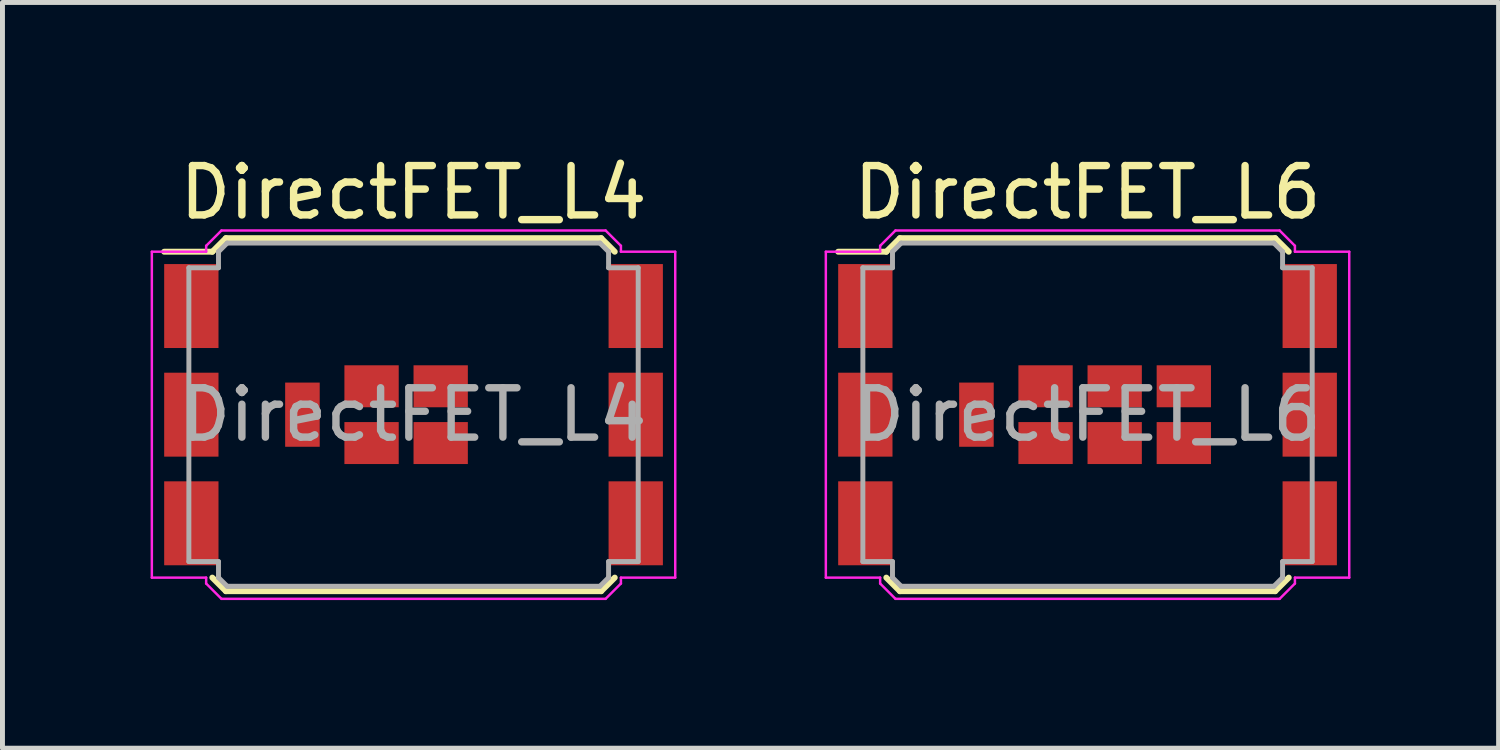
<source format=kicad_pcb>
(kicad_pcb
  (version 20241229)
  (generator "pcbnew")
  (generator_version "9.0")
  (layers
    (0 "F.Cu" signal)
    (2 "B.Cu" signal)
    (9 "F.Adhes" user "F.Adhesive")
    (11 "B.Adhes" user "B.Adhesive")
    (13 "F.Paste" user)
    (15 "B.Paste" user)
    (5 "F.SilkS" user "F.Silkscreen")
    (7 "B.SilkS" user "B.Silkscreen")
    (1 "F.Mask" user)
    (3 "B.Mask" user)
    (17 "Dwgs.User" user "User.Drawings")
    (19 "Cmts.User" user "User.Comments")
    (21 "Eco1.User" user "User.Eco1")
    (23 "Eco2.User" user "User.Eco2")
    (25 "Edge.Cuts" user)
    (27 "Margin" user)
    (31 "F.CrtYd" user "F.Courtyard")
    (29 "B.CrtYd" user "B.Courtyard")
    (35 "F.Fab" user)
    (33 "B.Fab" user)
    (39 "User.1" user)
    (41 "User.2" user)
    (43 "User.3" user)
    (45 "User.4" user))
  (footprint "DirectFET_L6"
    (layer "F.Cu")
    (at 18.975 5.348)
    (property "Reference" "DirectFET_L6" (at 0 -4.5 0) (layer "F.SilkS") (effects (font (size 1 1) (thickness 0.15))))
    (attr smd)
    (fp_line (start -5.05 -3.3) (end -4.075 -3.3) (stroke (width 0.12) (type solid)) (layer "F.SilkS"))
    (fp_line (start -4.075 -3.3) (end -3.8 -3.575) (stroke (width 0.12) (type solid)) (layer "F.SilkS"))
    (fp_line (start -4.075 3.3) (end -3.8 3.575) (stroke (width 0.12) (type solid)) (layer "F.SilkS"))
    (fp_line (start 3.8 -3.575) (end -3.8 -3.575) (stroke (width 0.12) (type solid)) (layer "F.SilkS"))
    (fp_line (start 3.8 3.575) (end -3.8 3.575) (stroke (width 0.12) (type solid)) (layer "F.SilkS"))
    (fp_line (start 4.075 -3.3) (end 3.8 -3.575) (stroke (width 0.12) (type solid)) (layer "F.SilkS"))
    (fp_line (start 4.075 3.3) (end 3.8 3.575) (stroke (width 0.12) (type solid)) (layer "F.SilkS"))
    (fp_line (start -5.3 -3.3) (end -5.3 3.3) (stroke (width 0.05) (type solid)) (layer "F.CrtYd"))
    (fp_line (start -4.2 -3.42) (end -3.89 -3.73) (stroke (width 0.05) (type solid)) (layer "F.CrtYd"))
    (fp_line (start -4.2 -3.3) (end -5.3 -3.3) (stroke (width 0.05) (type solid)) (layer "F.CrtYd"))
    (fp_line (start -4.2 -3.3) (end -4.2 -3.42) (stroke (width 0.05) (type solid)) (layer "F.CrtYd"))
    (fp_line (start -4.2 3.3) (end -5.3 3.3) (stroke (width 0.05) (type solid)) (layer "F.CrtYd"))
    (fp_line (start -4.2 3.3) (end -4.2 3.42) (stroke (width 0.05) (type solid)) (layer "F.CrtYd"))
    (fp_line (start -4.2 3.42) (end -3.89 3.73) (stroke (width 0.05) (type solid)) (layer "F.CrtYd"))
    (fp_line (start 3.89 -3.73) (end -3.89 -3.73) (stroke (width 0.05) (type solid)) (layer "F.CrtYd"))
    (fp_line (start 3.89 3.73) (end -3.89 3.73) (stroke (width 0.05) (type solid)) (layer "F.CrtYd"))
    (fp_line (start 4.2 -3.42) (end 3.89 -3.73) (stroke (width 0.05) (type solid)) (layer "F.CrtYd"))
    (fp_line (start 4.2 -3.3) (end 4.2 -3.42) (stroke (width 0.05) (type solid)) (layer "F.CrtYd"))
    (fp_line (start 4.2 -3.3) (end 5.3 -3.3) (stroke (width 0.05) (type solid)) (layer "F.CrtYd"))
    (fp_line (start 4.2 3.3) (end 4.2 3.42) (stroke (width 0.05) (type solid)) (layer "F.CrtYd"))
    (fp_line (start 4.2 3.3) (end 5.3 3.3) (stroke (width 0.05) (type solid)) (layer "F.CrtYd"))
    (fp_line (start 4.2 3.42) (end 3.89 3.73) (stroke (width 0.05) (type solid)) (layer "F.CrtYd"))
    (fp_line (start 5.3 -3.3) (end 5.3 3.3) (stroke (width 0.05) (type solid)) (layer "F.CrtYd"))
    (fp_line (start -4.55 -2.975) (end -4.55 2.975) (stroke (width 0.1) (type solid)) (layer "F.Fab"))
    (fp_line (start -4.55 -2.975) (end -3.95 -2.975) (stroke (width 0.1) (type solid)) (layer "F.Fab"))
    (fp_line (start -4.55 2.975) (end -3.95 2.975) (stroke (width 0.1) (type solid)) (layer "F.Fab"))
    (fp_line (start -3.95 -3.3) (end -3.775 -3.475) (stroke (width 0.1) (type solid)) (layer "F.Fab"))
    (fp_line (start -3.95 -2.975) (end -3.95 -3.3) (stroke (width 0.1) (type solid)) (layer "F.Fab"))
    (fp_line (start -3.95 2.975) (end -3.95 3.3) (stroke (width 0.1) (type solid)) (layer "F.Fab"))
    (fp_line (start -3.95 3.3) (end -3.775 3.475) (stroke (width 0.1) (type solid)) (layer "F.Fab"))
    (fp_line (start 3.775 -3.475) (end -3.775 -3.475) (stroke (width 0.1) (type solid)) (layer "F.Fab"))
    (fp_line (start 3.775 3.475) (end -3.775 3.475) (stroke (width 0.1) (type solid)) (layer "F.Fab"))
    (fp_line (start 3.95 -3.3) (end 3.775 -3.475) (stroke (width 0.1) (type solid)) (layer "F.Fab"))
    (fp_line (start 3.95 -2.975) (end 3.95 -3.3) (stroke (width 0.1) (type solid)) (layer "F.Fab"))
    (fp_line (start 3.95 2.975) (end 3.95 3.3) (stroke (width 0.1) (type solid)) (layer "F.Fab"))
    (fp_line (start 3.95 3.3) (end 3.775 3.475) (stroke (width 0.1) (type solid)) (layer "F.Fab"))
    (fp_line (start 4.55 -2.975) (end 3.95 -2.975) (stroke (width 0.1) (type solid)) (layer "F.Fab"))
    (fp_line (start 4.55 -2.975) (end 4.55 2.975) (stroke (width 0.1) (type solid)) (layer "F.Fab"))
    (fp_line (start 4.55 2.975) (end 3.95 2.975) (stroke (width 0.1) (type solid)) (layer "F.Fab"))
    (fp_text user "${REFERENCE}" (at 0 0 0) (layer "F.Fab") (effects (font (size 1 1) (thickness 0.15))))
    (pad "1" smd rect (at -4.5 -2.2) (size 1.1 1.7) (layers "F.Cu" "F.Mask" "F.Paste"))
    (pad "1" smd rect (at -4.5 0) (size 1.1 1.7) (layers "F.Cu" "F.Mask" "F.Paste"))
    (pad "1" smd rect (at -4.5 2.2) (size 1.1 1.7) (layers "F.Cu" "F.Mask" "F.Paste"))
    (pad "1" smd rect (at 4.5 -2.2) (size 1.1 1.7) (layers "F.Cu" "F.Mask" "F.Paste"))
    (pad "1" smd rect (at 4.5 0) (size 1.1 1.7) (layers "F.Cu" "F.Mask" "F.Paste"))
    (pad "1" smd rect (at 4.5 2.2) (size 1.1 1.7) (layers "F.Cu" "F.Mask" "F.Paste"))
    (pad "2" smd rect (at -2.25 0) (size 0.7 1.3) (layers "F.Cu" "F.Mask" "F.Paste"))
    (pad "3" smd rect (at -0.85 -0.575) (size 1.1 0.85) (layers "F.Cu" "F.Mask" "F.Paste"))
    (pad "3" smd rect (at -0.85 0.575) (size 1.1 0.85) (layers "F.Cu" "F.Mask" "F.Paste"))
    (pad "3" smd rect (at 0.55 -0.575) (size 1.1 0.85) (layers "F.Cu" "F.Mask" "F.Paste"))
    (pad "3" smd rect (at 0.55 0.575) (size 1.1 0.85) (layers "F.Cu" "F.Mask" "F.Paste"))
    (pad "3" smd rect (at 1.95 -0.575) (size 1.1 0.85) (layers "F.Cu" "F.Mask" "F.Paste"))
    (pad "3" smd rect (at 1.95 0.575) (size 1.1 0.85) (layers "F.Cu" "F.Mask" "F.Paste")))
  (footprint "DirectFET_L4"
    (layer "F.Cu")
    (at 5.325 5.348)
    (property "Reference" "DirectFET_L4" (at 0 -4.5 0) (layer "F.SilkS") (effects (font (size 1 1) (thickness 0.15))))
    (attr smd)
    (fp_line (start -5.05 -3.3) (end -4.075 -3.3) (stroke (width 0.12) (type solid)) (layer "F.SilkS"))
    (fp_line (start -4.075 -3.3) (end -3.8 -3.575) (stroke (width 0.12) (type solid)) (layer "F.SilkS"))
    (fp_line (start -4.075 3.3) (end -3.8 3.575) (stroke (width 0.12) (type solid)) (layer "F.SilkS"))
    (fp_line (start 3.8 -3.575) (end -3.8 -3.575) (stroke (width 0.12) (type solid)) (layer "F.SilkS"))
    (fp_line (start 3.8 3.575) (end -3.8 3.575) (stroke (width 0.12) (type solid)) (layer "F.SilkS"))
    (fp_line (start 4.075 -3.3) (end 3.8 -3.575) (stroke (width 0.12) (type solid)) (layer "F.SilkS"))
    (fp_line (start 4.075 3.3) (end 3.8 3.575) (stroke (width 0.12) (type solid)) (layer "F.SilkS"))
    (fp_line (start -5.3 -3.3) (end -5.3 3.3) (stroke (width 0.05) (type solid)) (layer "F.CrtYd"))
    (fp_line (start -4.2 -3.42) (end -3.89 -3.73) (stroke (width 0.05) (type solid)) (layer "F.CrtYd"))
    (fp_line (start -4.2 -3.3) (end -5.3 -3.3) (stroke (width 0.05) (type solid)) (layer "F.CrtYd"))
    (fp_line (start -4.2 -3.3) (end -4.2 -3.42) (stroke (width 0.05) (type solid)) (layer "F.CrtYd"))
    (fp_line (start -4.2 3.3) (end -5.3 3.3) (stroke (width 0.05) (type solid)) (layer "F.CrtYd"))
    (fp_line (start -4.2 3.3) (end -4.2 3.42) (stroke (width 0.05) (type solid)) (layer "F.CrtYd"))
    (fp_line (start -4.2 3.42) (end -3.89 3.73) (stroke (width 0.05) (type solid)) (layer "F.CrtYd"))
    (fp_line (start 3.89 -3.73) (end -3.89 -3.73) (stroke (width 0.05) (type solid)) (layer "F.CrtYd"))
    (fp_line (start 3.89 3.73) (end -3.89 3.73) (stroke (width 0.05) (type solid)) (layer "F.CrtYd"))
    (fp_line (start 4.2 -3.42) (end 3.89 -3.73) (stroke (width 0.05) (type solid)) (layer "F.CrtYd"))
    (fp_line (start 4.2 -3.3) (end 4.2 -3.42) (stroke (width 0.05) (type solid)) (layer "F.CrtYd"))
    (fp_line (start 4.2 -3.3) (end 5.3 -3.3) (stroke (width 0.05) (type solid)) (layer "F.CrtYd"))
    (fp_line (start 4.2 3.3) (end 4.2 3.42) (stroke (width 0.05) (type solid)) (layer "F.CrtYd"))
    (fp_line (start 4.2 3.3) (end 5.3 3.3) (stroke (width 0.05) (type solid)) (layer "F.CrtYd"))
    (fp_line (start 4.2 3.42) (end 3.89 3.73) (stroke (width 0.05) (type solid)) (layer "F.CrtYd"))
    (fp_line (start 5.3 -3.3) (end 5.3 3.3) (stroke (width 0.05) (type solid)) (layer "F.CrtYd"))
    (fp_line (start -4.55 -2.975) (end -4.55 2.975) (stroke (width 0.1) (type solid)) (layer "F.Fab"))
    (fp_line (start -4.55 -2.975) (end -3.95 -2.975) (stroke (width 0.1) (type solid)) (layer "F.Fab"))
    (fp_line (start -4.55 2.975) (end -3.95 2.975) (stroke (width 0.1) (type solid)) (layer "F.Fab"))
    (fp_line (start -3.95 -3.3) (end -3.775 -3.475) (stroke (width 0.1) (type solid)) (layer "F.Fab"))
    (fp_line (start -3.95 -2.975) (end -3.95 -3.3) (stroke (width 0.1) (type solid)) (layer "F.Fab"))
    (fp_line (start -3.95 2.975) (end -3.95 3.3) (stroke (width 0.1) (type solid)) (layer "F.Fab"))
    (fp_line (start -3.95 3.3) (end -3.775 3.475) (stroke (width 0.1) (type solid)) (layer "F.Fab"))
    (fp_line (start 3.775 -3.475) (end -3.775 -3.475) (stroke (width 0.1) (type solid)) (layer "F.Fab"))
    (fp_line (start 3.775 3.475) (end -3.775 3.475) (stroke (width 0.1) (type solid)) (layer "F.Fab"))
    (fp_line (start 3.95 -3.3) (end 3.775 -3.475) (stroke (width 0.1) (type solid)) (layer "F.Fab"))
    (fp_line (start 3.95 -2.975) (end 3.95 -3.3) (stroke (width 0.1) (type solid)) (layer "F.Fab"))
    (fp_line (start 3.95 2.975) (end 3.95 3.3) (stroke (width 0.1) (type solid)) (layer "F.Fab"))
    (fp_line (start 3.95 3.3) (end 3.775 3.475) (stroke (width 0.1) (type solid)) (layer "F.Fab"))
    (fp_line (start 4.55 -2.975) (end 3.95 -2.975) (stroke (width 0.1) (type solid)) (layer "F.Fab"))
    (fp_line (start 4.55 -2.975) (end 4.55 2.975) (stroke (width 0.1) (type solid)) (layer "F.Fab"))
    (fp_line (start 4.55 2.975) (end 3.95 2.975) (stroke (width 0.1) (type solid)) (layer "F.Fab"))
    (fp_text user "${REFERENCE}" (at 0 0 0) (layer "F.Fab") (effects (font (size 1 1) (thickness 0.15))))
    (pad "1" smd rect (at -4.5 -2.2) (size 1.1 1.7) (layers "F.Cu" "F.Mask" "F.Paste"))
    (pad "1" smd rect (at -4.5 0) (size 1.1 1.7) (layers "F.Cu" "F.Mask" "F.Paste"))
    (pad "1" smd rect (at -4.5 2.2) (size 1.1 1.7) (layers "F.Cu" "F.Mask" "F.Paste"))
    (pad "1" smd rect (at 4.5 -2.2) (size 1.1 1.7) (layers "F.Cu" "F.Mask" "F.Paste"))
    (pad "1" smd rect (at 4.5 0) (size 1.1 1.7) (layers "F.Cu" "F.Mask" "F.Paste"))
    (pad "1" smd rect (at 4.5 2.2) (size 1.1 1.7) (layers "F.Cu" "F.Mask" "F.Paste"))
    (pad "2" smd rect (at -2.25 0) (size 0.7 1.3) (layers "F.Cu" "F.Mask" "F.Paste"))
    (pad "3" smd rect (at -0.85 -0.575) (size 1.1 0.85) (layers "F.Cu" "F.Mask" "F.Paste"))
    (pad "3" smd rect (at -0.85 0.575) (size 1.1 0.85) (layers "F.Cu" "F.Mask" "F.Paste"))
    (pad "3" smd rect (at 0.55 -0.575) (size 1.1 0.85) (layers "F.Cu" "F.Mask" "F.Paste"))
    (pad "3" smd rect (at 0.55 0.575) (size 1.1 0.85) (layers "F.Cu" "F.Mask" "F.Paste")))
  (gr_rect
    (start -3 -3)
    (end 27.3 12.103)
    (stroke (width 0.1) (type default))
    (fill no)
    (layer "Edge.Cuts")))
</source>
